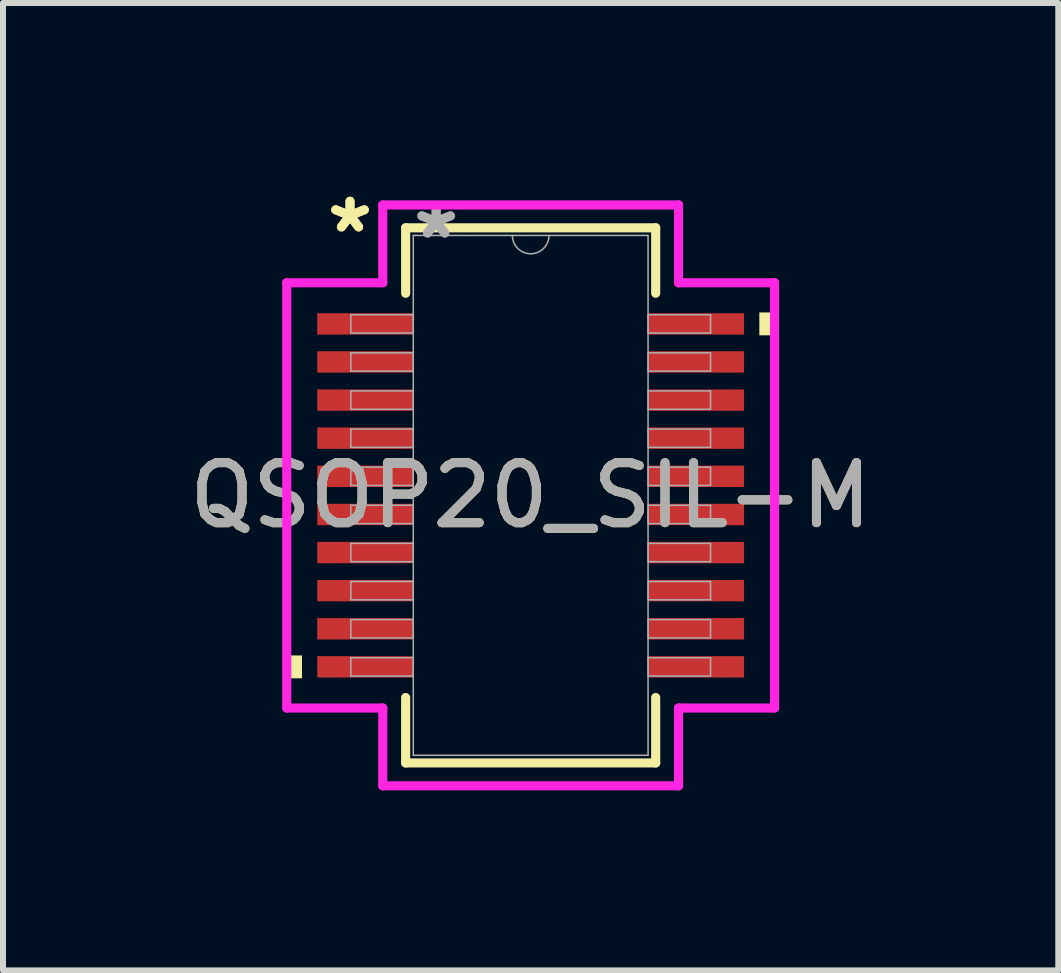
<source format=kicad_pcb>
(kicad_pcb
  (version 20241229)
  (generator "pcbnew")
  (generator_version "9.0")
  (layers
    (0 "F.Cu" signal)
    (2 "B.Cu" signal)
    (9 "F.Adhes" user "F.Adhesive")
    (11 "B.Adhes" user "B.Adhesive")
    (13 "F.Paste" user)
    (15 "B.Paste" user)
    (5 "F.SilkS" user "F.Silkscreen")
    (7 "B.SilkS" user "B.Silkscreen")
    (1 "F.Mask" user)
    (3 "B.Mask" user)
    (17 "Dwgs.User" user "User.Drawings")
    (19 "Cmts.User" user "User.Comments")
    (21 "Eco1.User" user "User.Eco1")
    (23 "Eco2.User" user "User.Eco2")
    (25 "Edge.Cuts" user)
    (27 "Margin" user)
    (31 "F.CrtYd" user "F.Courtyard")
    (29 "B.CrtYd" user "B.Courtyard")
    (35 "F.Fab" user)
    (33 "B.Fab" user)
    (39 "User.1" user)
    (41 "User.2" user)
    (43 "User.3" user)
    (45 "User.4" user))
  (footprint "QSOP20_SIL-M"
    (layer "F.Cu")
    (at 5.792 5.204)
    (property "Reference" "QSOP20_SIL-M" (at 0 0 0) (unlocked yes) (layer "F.SilkS") (effects (font (size 1 1) (thickness 0.15))))
    (attr smd)
    (fp_line (start -2.083 -4.458) (end -2.083 -3.368) (stroke (width 0.152) (type solid)) (layer "F.SilkS"))
    (fp_line (start -2.083 3.368) (end -2.083 4.458) (stroke (width 0.152) (type solid)) (layer "F.SilkS"))
    (fp_line (start -2.083 4.458) (end 2.083 4.458) (stroke (width 0.152) (type solid)) (layer "F.SilkS"))
    (fp_line (start 2.083 -4.458) (end -2.083 -4.458) (stroke (width 0.152) (type solid)) (layer "F.SilkS"))
    (fp_line (start 2.083 -3.368) (end 2.083 -4.458) (stroke (width 0.152) (type solid)) (layer "F.SilkS"))
    (fp_line (start 2.083 4.458) (end 2.083 3.368) (stroke (width 0.152) (type solid)) (layer "F.SilkS"))
    (fp_poly (pts (xy -4.064 2.667) (xy -4.064 3.048) (xy -3.81 3.048) (xy -3.81 2.667)) (stroke (width 0) (type solid)) (fill yes) (layer "F.SilkS"))
    (fp_poly (pts (xy 4.064 -3.048) (xy 4.064 -2.667) (xy 3.81 -2.667) (xy 3.81 -3.048)) (stroke (width 0) (type solid)) (fill yes) (layer "F.SilkS"))
    (fp_line (start -4.064 -3.543) (end -2.464 -3.543) (stroke (width 0.152) (type solid)) (layer "F.CrtYd"))
    (fp_line (start -4.064 3.543) (end -4.064 -3.543) (stroke (width 0.152) (type solid)) (layer "F.CrtYd"))
    (fp_line (start -4.064 3.543) (end -2.464 3.543) (stroke (width 0.152) (type solid)) (layer "F.CrtYd"))
    (fp_line (start -2.464 -4.839) (end 2.464 -4.839) (stroke (width 0.152) (type solid)) (layer "F.CrtYd"))
    (fp_line (start -2.464 -3.543) (end -2.464 -4.839) (stroke (width 0.152) (type solid)) (layer "F.CrtYd"))
    (fp_line (start -2.464 4.839) (end -2.464 3.543) (stroke (width 0.152) (type solid)) (layer "F.CrtYd"))
    (fp_line (start 2.464 -4.839) (end 2.464 -3.543) (stroke (width 0.152) (type solid)) (layer "F.CrtYd"))
    (fp_line (start 2.464 3.543) (end 2.464 4.839) (stroke (width 0.152) (type solid)) (layer "F.CrtYd"))
    (fp_line (start 2.464 4.839) (end -2.464 4.839) (stroke (width 0.152) (type solid)) (layer "F.CrtYd"))
    (fp_line (start 4.064 -3.543) (end 2.464 -3.543) (stroke (width 0.152) (type solid)) (layer "F.CrtYd"))
    (fp_line (start 4.064 -3.543) (end 4.064 3.543) (stroke (width 0.152) (type solid)) (layer "F.CrtYd"))
    (fp_line (start 4.064 3.543) (end 2.464 3.543) (stroke (width 0.152) (type solid)) (layer "F.CrtYd"))
    (fp_line (start -2.997 -3.01) (end -2.997 -2.705) (stroke (width 0.025) (type solid)) (layer "F.Fab"))
    (fp_line (start -2.997 -2.705) (end -1.956 -2.705) (stroke (width 0.025) (type solid)) (layer "F.Fab"))
    (fp_line (start -2.997 -2.375) (end -2.997 -2.07) (stroke (width 0.025) (type solid)) (layer "F.Fab"))
    (fp_line (start -2.997 -2.07) (end -1.956 -2.07) (stroke (width 0.025) (type solid)) (layer "F.Fab"))
    (fp_line (start -2.997 -1.74) (end -2.997 -1.435) (stroke (width 0.025) (type solid)) (layer "F.Fab"))
    (fp_line (start -2.997 -1.435) (end -1.956 -1.435) (stroke (width 0.025) (type solid)) (layer "F.Fab"))
    (fp_line (start -2.997 -1.105) (end -2.997 -0.8) (stroke (width 0.025) (type solid)) (layer "F.Fab"))
    (fp_line (start -2.997 -0.8) (end -1.956 -0.8) (stroke (width 0.025) (type solid)) (layer "F.Fab"))
    (fp_line (start -2.997 -0.47) (end -2.997 -0.165) (stroke (width 0.025) (type solid)) (layer "F.Fab"))
    (fp_line (start -2.997 -0.165) (end -1.956 -0.165) (stroke (width 0.025) (type solid)) (layer "F.Fab"))
    (fp_line (start -2.997 0.165) (end -2.997 0.47) (stroke (width 0.025) (type solid)) (layer "F.Fab"))
    (fp_line (start -2.997 0.47) (end -1.956 0.47) (stroke (width 0.025) (type solid)) (layer "F.Fab"))
    (fp_line (start -2.997 0.8) (end -2.997 1.105) (stroke (width 0.025) (type solid)) (layer "F.Fab"))
    (fp_line (start -2.997 1.105) (end -1.956 1.105) (stroke (width 0.025) (type solid)) (layer "F.Fab"))
    (fp_line (start -2.997 1.435) (end -2.997 1.74) (stroke (width 0.025) (type solid)) (layer "F.Fab"))
    (fp_line (start -2.997 1.74) (end -1.956 1.74) (stroke (width 0.025) (type solid)) (layer "F.Fab"))
    (fp_line (start -2.997 2.07) (end -2.997 2.375) (stroke (width 0.025) (type solid)) (layer "F.Fab"))
    (fp_line (start -2.997 2.375) (end -1.956 2.375) (stroke (width 0.025) (type solid)) (layer "F.Fab"))
    (fp_line (start -2.997 2.705) (end -2.997 3.01) (stroke (width 0.025) (type solid)) (layer "F.Fab"))
    (fp_line (start -2.997 3.01) (end -1.956 3.01) (stroke (width 0.025) (type solid)) (layer "F.Fab"))
    (fp_line (start -1.956 -4.331) (end -1.956 4.331) (stroke (width 0.025) (type solid)) (layer "F.Fab"))
    (fp_line (start -1.956 -3.01) (end -2.997 -3.01) (stroke (width 0.025) (type solid)) (layer "F.Fab"))
    (fp_line (start -1.956 -2.705) (end -1.956 -3.01) (stroke (width 0.025) (type solid)) (layer "F.Fab"))
    (fp_line (start -1.956 -2.375) (end -2.997 -2.375) (stroke (width 0.025) (type solid)) (layer "F.Fab"))
    (fp_line (start -1.956 -2.07) (end -1.956 -2.375) (stroke (width 0.025) (type solid)) (layer "F.Fab"))
    (fp_line (start -1.956 -1.74) (end -2.997 -1.74) (stroke (width 0.025) (type solid)) (layer "F.Fab"))
    (fp_line (start -1.956 -1.435) (end -1.956 -1.74) (stroke (width 0.025) (type solid)) (layer "F.Fab"))
    (fp_line (start -1.956 -1.105) (end -2.997 -1.105) (stroke (width 0.025) (type solid)) (layer "F.Fab"))
    (fp_line (start -1.956 -0.8) (end -1.956 -1.105) (stroke (width 0.025) (type solid)) (layer "F.Fab"))
    (fp_line (start -1.956 -0.47) (end -2.997 -0.47) (stroke (width 0.025) (type solid)) (layer "F.Fab"))
    (fp_line (start -1.956 -0.165) (end -1.956 -0.47) (stroke (width 0.025) (type solid)) (layer "F.Fab"))
    (fp_line (start -1.956 0.165) (end -2.997 0.165) (stroke (width 0.025) (type solid)) (layer "F.Fab"))
    (fp_line (start -1.956 0.47) (end -1.956 0.165) (stroke (width 0.025) (type solid)) (layer "F.Fab"))
    (fp_line (start -1.956 0.8) (end -2.997 0.8) (stroke (width 0.025) (type solid)) (layer "F.Fab"))
    (fp_line (start -1.956 1.105) (end -1.956 0.8) (stroke (width 0.025) (type solid)) (layer "F.Fab"))
    (fp_line (start -1.956 1.435) (end -2.997 1.435) (stroke (width 0.025) (type solid)) (layer "F.Fab"))
    (fp_line (start -1.956 1.74) (end -1.956 1.435) (stroke (width 0.025) (type solid)) (layer "F.Fab"))
    (fp_line (start -1.956 2.07) (end -2.997 2.07) (stroke (width 0.025) (type solid)) (layer "F.Fab"))
    (fp_line (start -1.956 2.375) (end -1.956 2.07) (stroke (width 0.025) (type solid)) (layer "F.Fab"))
    (fp_line (start -1.956 2.705) (end -2.997 2.705) (stroke (width 0.025) (type solid)) (layer "F.Fab"))
    (fp_line (start -1.956 3.01) (end -1.956 2.705) (stroke (width 0.025) (type solid)) (layer "F.Fab"))
    (fp_line (start -1.956 4.331) (end 1.956 4.331) (stroke (width 0.025) (type solid)) (layer "F.Fab"))
    (fp_line (start 1.956 -4.331) (end -1.956 -4.331) (stroke (width 0.025) (type solid)) (layer "F.Fab"))
    (fp_line (start 1.956 -3.01) (end 1.956 -2.705) (stroke (width 0.025) (type solid)) (layer "F.Fab"))
    (fp_line (start 1.956 -2.705) (end 2.997 -2.705) (stroke (width 0.025) (type solid)) (layer "F.Fab"))
    (fp_line (start 1.956 -2.375) (end 1.956 -2.07) (stroke (width 0.025) (type solid)) (layer "F.Fab"))
    (fp_line (start 1.956 -2.07) (end 2.997 -2.07) (stroke (width 0.025) (type solid)) (layer "F.Fab"))
    (fp_line (start 1.956 -1.74) (end 1.956 -1.435) (stroke (width 0.025) (type solid)) (layer "F.Fab"))
    (fp_line (start 1.956 -1.435) (end 2.997 -1.435) (stroke (width 0.025) (type solid)) (layer "F.Fab"))
    (fp_line (start 1.956 -1.105) (end 1.956 -0.8) (stroke (width 0.025) (type solid)) (layer "F.Fab"))
    (fp_line (start 1.956 -0.8) (end 2.997 -0.8) (stroke (width 0.025) (type solid)) (layer "F.Fab"))
    (fp_line (start 1.956 -0.47) (end 1.956 -0.165) (stroke (width 0.025) (type solid)) (layer "F.Fab"))
    (fp_line (start 1.956 -0.165) (end 2.997 -0.165) (stroke (width 0.025) (type solid)) (layer "F.Fab"))
    (fp_line (start 1.956 0.165) (end 1.956 0.47) (stroke (width 0.025) (type solid)) (layer "F.Fab"))
    (fp_line (start 1.956 0.47) (end 2.997 0.47) (stroke (width 0.025) (type solid)) (layer "F.Fab"))
    (fp_line (start 1.956 0.8) (end 1.956 1.105) (stroke (width 0.025) (type solid)) (layer "F.Fab"))
    (fp_line (start 1.956 1.105) (end 2.997 1.105) (stroke (width 0.025) (type solid)) (layer "F.Fab"))
    (fp_line (start 1.956 1.435) (end 1.956 1.74) (stroke (width 0.025) (type solid)) (layer "F.Fab"))
    (fp_line (start 1.956 1.74) (end 2.997 1.74) (stroke (width 0.025) (type solid)) (layer "F.Fab"))
    (fp_line (start 1.956 2.07) (end 1.956 2.375) (stroke (width 0.025) (type solid)) (layer "F.Fab"))
    (fp_line (start 1.956 2.375) (end 2.997 2.375) (stroke (width 0.025) (type solid)) (layer "F.Fab"))
    (fp_line (start 1.956 2.705) (end 1.956 3.01) (stroke (width 0.025) (type solid)) (layer "F.Fab"))
    (fp_line (start 1.956 3.01) (end 2.997 3.01) (stroke (width 0.025) (type solid)) (layer "F.Fab"))
    (fp_line (start 1.956 4.331) (end 1.956 -4.331) (stroke (width 0.025) (type solid)) (layer "F.Fab"))
    (fp_line (start 2.997 -3.01) (end 1.956 -3.01) (stroke (width 0.025) (type solid)) (layer "F.Fab"))
    (fp_line (start 2.997 -2.705) (end 2.997 -3.01) (stroke (width 0.025) (type solid)) (layer "F.Fab"))
    (fp_line (start 2.997 -2.375) (end 1.956 -2.375) (stroke (width 0.025) (type solid)) (layer "F.Fab"))
    (fp_line (start 2.997 -2.07) (end 2.997 -2.375) (stroke (width 0.025) (type solid)) (layer "F.Fab"))
    (fp_line (start 2.997 -1.74) (end 1.956 -1.74) (stroke (width 0.025) (type solid)) (layer "F.Fab"))
    (fp_line (start 2.997 -1.435) (end 2.997 -1.74) (stroke (width 0.025) (type solid)) (layer "F.Fab"))
    (fp_line (start 2.997 -1.105) (end 1.956 -1.105) (stroke (width 0.025) (type solid)) (layer "F.Fab"))
    (fp_line (start 2.997 -0.8) (end 2.997 -1.105) (stroke (width 0.025) (type solid)) (layer "F.Fab"))
    (fp_line (start 2.997 -0.47) (end 1.956 -0.47) (stroke (width 0.025) (type solid)) (layer "F.Fab"))
    (fp_line (start 2.997 -0.165) (end 2.997 -0.47) (stroke (width 0.025) (type solid)) (layer "F.Fab"))
    (fp_line (start 2.997 0.165) (end 1.956 0.165) (stroke (width 0.025) (type solid)) (layer "F.Fab"))
    (fp_line (start 2.997 0.47) (end 2.997 0.165) (stroke (width 0.025) (type solid)) (layer "F.Fab"))
    (fp_line (start 2.997 0.8) (end 1.956 0.8) (stroke (width 0.025) (type solid)) (layer "F.Fab"))
    (fp_line (start 2.997 1.105) (end 2.997 0.8) (stroke (width 0.025) (type solid)) (layer "F.Fab"))
    (fp_line (start 2.997 1.435) (end 1.956 1.435) (stroke (width 0.025) (type solid)) (layer "F.Fab"))
    (fp_line (start 2.997 1.74) (end 2.997 1.435) (stroke (width 0.025) (type solid)) (layer "F.Fab"))
    (fp_line (start 2.997 2.07) (end 1.956 2.07) (stroke (width 0.025) (type solid)) (layer "F.Fab"))
    (fp_line (start 2.997 2.375) (end 2.997 2.07) (stroke (width 0.025) (type solid)) (layer "F.Fab"))
    (fp_line (start 2.997 2.705) (end 1.956 2.705) (stroke (width 0.025) (type solid)) (layer "F.Fab"))
    (fp_line (start 2.997 3.01) (end 2.997 2.705) (stroke (width 0.025) (type solid)) (layer "F.Fab"))
    (fp_arc (start 0.3048 -4.3307) (mid 0 -4.0259) (end -0.3048 -4.3307) (stroke (width 0.0254) (type solid)) (layer "F.Fab"))
    (fp_text user "*" (at -3.01 -4.356 0) (unlocked yes) (layer "F.SilkS") (effects (font (size 1 1) (thickness 0.15))))
    (fp_text user "*" (at -3.01 -4.356 0) (layer "F.SilkS") (effects (font (size 1 1) (thickness 0.15))))
    (fp_text user "${REFERENCE}" (at 0 0 0) (unlocked yes) (layer "F.Fab") (effects (font (size 1 1) (thickness 0.15))))
    (fp_text user "*" (at -1.575 -4.255 0) (layer "F.Fab") (effects (font (size 1 1) (thickness 0.15))))
    (fp_text user "*" (at -1.575 -4.255 0) (unlocked yes) (layer "F.Fab") (effects (font (size 1 1) (thickness 0.15))))
    (pad "1" smd rect (at -2.756 -2.857) (size 1.6 0.356) (layers "F.Cu" "F.Mask" "F.Paste"))
    (pad "2" smd rect (at -2.756 -2.223) (size 1.6 0.356) (layers "F.Cu" "F.Mask" "F.Paste"))
    (pad "3" smd rect (at -2.756 -1.587) (size 1.6 0.356) (layers "F.Cu" "F.Mask" "F.Paste"))
    (pad "4" smd rect (at -2.756 -0.953) (size 1.6 0.356) (layers "F.Cu" "F.Mask" "F.Paste"))
    (pad "5" smd rect (at -2.756 -0.318) (size 1.6 0.356) (layers "F.Cu" "F.Mask" "F.Paste"))
    (pad "6" smd rect (at -2.756 0.318) (size 1.6 0.356) (layers "F.Cu" "F.Mask" "F.Paste"))
    (pad "7" smd rect (at -2.756 0.953) (size 1.6 0.356) (layers "F.Cu" "F.Mask" "F.Paste"))
    (pad "8" smd rect (at -2.756 1.587) (size 1.6 0.356) (layers "F.Cu" "F.Mask" "F.Paste"))
    (pad "9" smd rect (at -2.756 2.223) (size 1.6 0.356) (layers "F.Cu" "F.Mask" "F.Paste"))
    (pad "10" smd rect (at -2.756 2.857) (size 1.6 0.356) (layers "F.Cu" "F.Mask" "F.Paste"))
    (pad "11" smd rect (at 2.756 2.857) (size 1.6 0.356) (layers "F.Cu" "F.Mask" "F.Paste"))
    (pad "12" smd rect (at 2.756 2.223) (size 1.6 0.356) (layers "F.Cu" "F.Mask" "F.Paste"))
    (pad "13" smd rect (at 2.756 1.587) (size 1.6 0.356) (layers "F.Cu" "F.Mask" "F.Paste"))
    (pad "14" smd rect (at 2.756 0.953) (size 1.6 0.356) (layers "F.Cu" "F.Mask" "F.Paste"))
    (pad "15" smd rect (at 2.756 0.318) (size 1.6 0.356) (layers "F.Cu" "F.Mask" "F.Paste"))
    (pad "16" smd rect (at 2.756 -0.318) (size 1.6 0.356) (layers "F.Cu" "F.Mask" "F.Paste"))
    (pad "17" smd rect (at 2.756 -0.953) (size 1.6 0.356) (layers "F.Cu" "F.Mask" "F.Paste"))
    (pad "18" smd rect (at 2.756 -1.587) (size 1.6 0.356) (layers "F.Cu" "F.Mask" "F.Paste"))
    (pad "19" smd rect (at 2.756 -2.223) (size 1.6 0.356) (layers "F.Cu" "F.Mask" "F.Paste"))
    (pad "20" smd rect (at 2.756 -2.857) (size 1.6 0.356) (layers "F.Cu" "F.Mask" "F.Paste")))
  (gr_rect
    (start -3 -3)
    (end 14.583 13.119)
    (stroke (width 0.1) (type default))
    (fill no)
    (layer "Edge.Cuts")))
</source>
